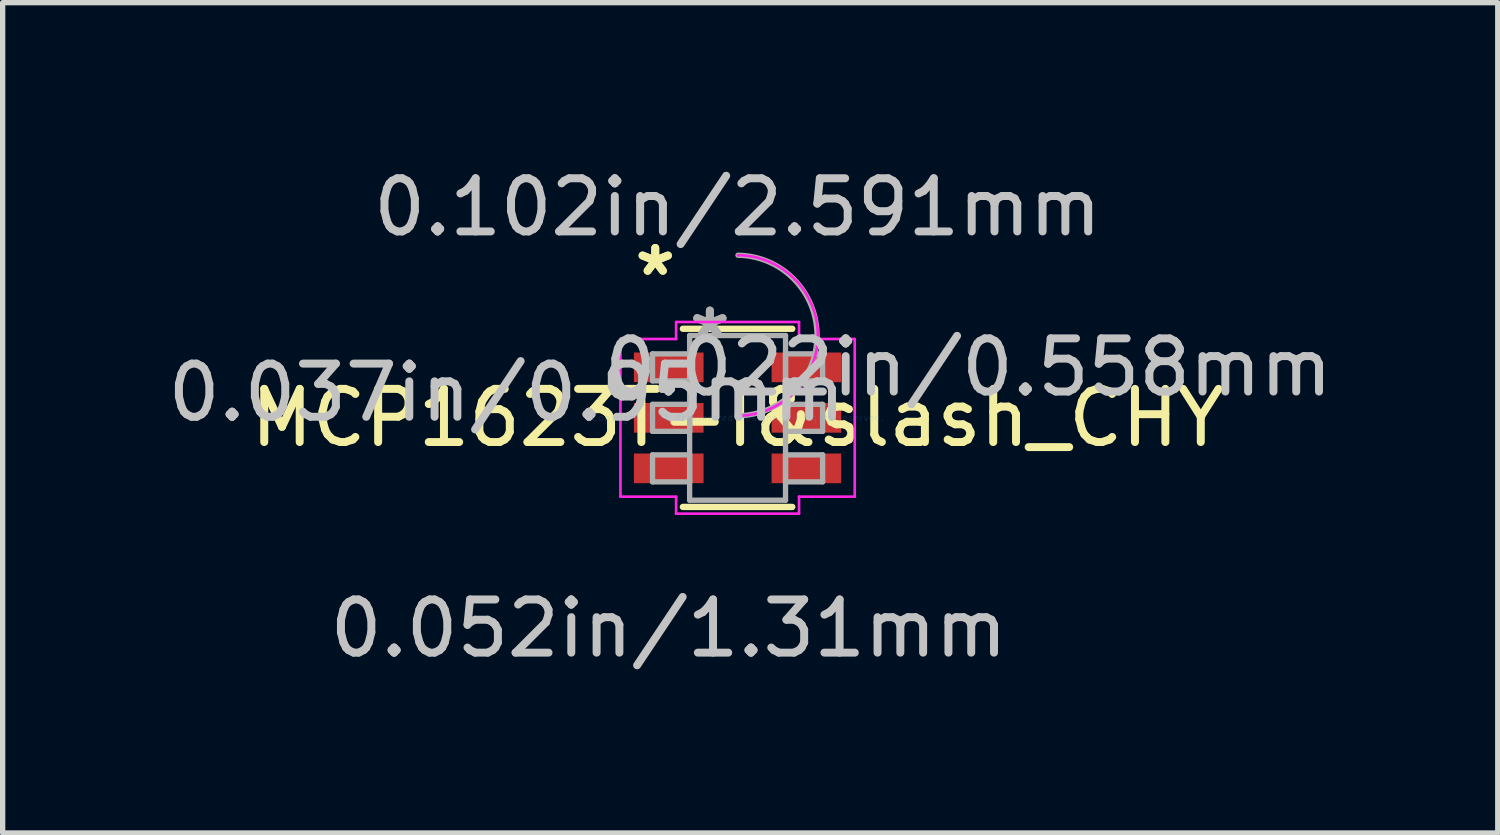
<source format=kicad_pcb>
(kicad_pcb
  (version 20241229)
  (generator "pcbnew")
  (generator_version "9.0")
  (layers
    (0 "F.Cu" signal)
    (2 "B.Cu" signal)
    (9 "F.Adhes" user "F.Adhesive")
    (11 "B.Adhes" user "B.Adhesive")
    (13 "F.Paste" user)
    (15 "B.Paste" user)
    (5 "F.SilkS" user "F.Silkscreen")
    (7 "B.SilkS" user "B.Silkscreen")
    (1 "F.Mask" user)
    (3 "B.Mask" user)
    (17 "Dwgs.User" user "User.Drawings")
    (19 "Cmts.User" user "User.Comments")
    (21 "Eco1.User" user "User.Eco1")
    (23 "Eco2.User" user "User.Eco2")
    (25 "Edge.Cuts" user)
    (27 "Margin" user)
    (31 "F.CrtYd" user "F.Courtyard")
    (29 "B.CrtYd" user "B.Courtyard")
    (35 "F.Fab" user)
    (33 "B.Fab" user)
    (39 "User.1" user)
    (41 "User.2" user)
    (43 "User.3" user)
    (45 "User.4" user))
  (footprint "MCP1623T-I&slash_CHY"
    (layer "F.Cu")
    (at 10.826 4.811)
    (property "Reference" "MCP1623T-I&slash_CHY" (at 0 0 0) (layer "F.SilkS") (effects (font (size 1 1) (thickness 0.15))))
    (attr through_hole)
    (fp_line (start -1.029 1.676) (end 1.029 1.676) (stroke (width 0.12) (type solid)) (layer "F.SilkS"))
    (fp_line (start 1.029 -1.676) (end -1.029 -1.676) (stroke (width 0.12) (type solid)) (layer "F.SilkS"))
    (fp_line (start -2.204 -1.483) (end -1.156 -1.483) (stroke (width 0.05) (type solid)) (layer "F.CrtYd"))
    (fp_line (start -2.204 1.483) (end -2.204 -1.483) (stroke (width 0.05) (type solid)) (layer "F.CrtYd"))
    (fp_line (start -1.156 -1.803) (end 1.156 -1.803) (stroke (width 0.05) (type solid)) (layer "F.CrtYd"))
    (fp_line (start -1.156 -1.483) (end -1.156 -1.803) (stroke (width 0.05) (type solid)) (layer "F.CrtYd"))
    (fp_line (start -1.156 1.483) (end -2.204 1.483) (stroke (width 0.05) (type solid)) (layer "F.CrtYd"))
    (fp_line (start -1.156 1.803) (end -1.156 1.483) (stroke (width 0.05) (type solid)) (layer "F.CrtYd"))
    (fp_line (start 1.156 -1.803) (end 1.156 -1.483) (stroke (width 0.05) (type solid)) (layer "F.CrtYd"))
    (fp_line (start 1.156 -1.483) (end 2.204 -1.483) (stroke (width 0.05) (type solid)) (layer "F.CrtYd"))
    (fp_line (start 1.156 1.483) (end 1.156 1.803) (stroke (width 0.05) (type solid)) (layer "F.CrtYd"))
    (fp_line (start 1.156 1.803) (end -1.156 1.803) (stroke (width 0.05) (type solid)) (layer "F.CrtYd"))
    (fp_line (start 2.204 -1.483) (end 2.204 1.483) (stroke (width 0.05) (type solid)) (layer "F.CrtYd"))
    (fp_line (start 2.204 1.483) (end 1.156 1.483) (stroke (width 0.05) (type solid)) (layer "F.CrtYd"))
    (fp_arc (start 0.003817 -3.059445) (mid 1.510045 -1.545583) (end -0.003817 -0.039355) (stroke (width 0.05) (type solid)) (layer "F.CrtYd"))
    (fp_line (start -1.6 -1.204) (end -1.6 -0.696) (stroke (width 0.1) (type solid)) (layer "F.Fab"))
    (fp_line (start -1.6 -0.696) (end -0.902 -0.696) (stroke (width 0.1) (type solid)) (layer "F.Fab"))
    (fp_line (start -1.6 -0.254) (end -1.6 0.254) (stroke (width 0.1) (type solid)) (layer "F.Fab"))
    (fp_line (start -1.6 0.254) (end -0.902 0.254) (stroke (width 0.1) (type solid)) (layer "F.Fab"))
    (fp_line (start -1.6 0.696) (end -1.6 1.204) (stroke (width 0.1) (type solid)) (layer "F.Fab"))
    (fp_line (start -1.6 1.204) (end -0.902 1.204) (stroke (width 0.1) (type solid)) (layer "F.Fab"))
    (fp_line (start -0.902 -1.549) (end -0.902 1.549) (stroke (width 0.1) (type solid)) (layer "F.Fab"))
    (fp_line (start -0.902 -1.204) (end -1.6 -1.204) (stroke (width 0.1) (type solid)) (layer "F.Fab"))
    (fp_line (start -0.902 -0.696) (end -0.902 -1.204) (stroke (width 0.1) (type solid)) (layer "F.Fab"))
    (fp_line (start -0.902 -0.254) (end -1.6 -0.254) (stroke (width 0.1) (type solid)) (layer "F.Fab"))
    (fp_line (start -0.902 0.254) (end -0.902 -0.254) (stroke (width 0.1) (type solid)) (layer "F.Fab"))
    (fp_line (start -0.902 0.696) (end -1.6 0.696) (stroke (width 0.1) (type solid)) (layer "F.Fab"))
    (fp_line (start -0.902 1.204) (end -0.902 0.696) (stroke (width 0.1) (type solid)) (layer "F.Fab"))
    (fp_line (start -0.902 1.549) (end 0.902 1.549) (stroke (width 0.1) (type solid)) (layer "F.Fab"))
    (fp_line (start 0.902 -1.549) (end -0.902 -1.549) (stroke (width 0.1) (type solid)) (layer "F.Fab"))
    (fp_line (start 0.902 -1.204) (end 0.902 -0.696) (stroke (width 0.1) (type solid)) (layer "F.Fab"))
    (fp_line (start 0.902 -0.696) (end 1.6 -0.696) (stroke (width 0.1) (type solid)) (layer "F.Fab"))
    (fp_line (start 0.902 -0.254) (end 0.902 0.254) (stroke (width 0.1) (type solid)) (layer "F.Fab"))
    (fp_line (start 0.902 0.254) (end 1.6 0.254) (stroke (width 0.1) (type solid)) (layer "F.Fab"))
    (fp_line (start 0.902 0.696) (end 0.902 1.204) (stroke (width 0.1) (type solid)) (layer "F.Fab"))
    (fp_line (start 0.902 1.204) (end 1.6 1.204) (stroke (width 0.1) (type solid)) (layer "F.Fab"))
    (fp_line (start 0.902 1.549) (end 0.902 -1.549) (stroke (width 0.1) (type solid)) (layer "F.Fab"))
    (fp_line (start 1.6 -1.204) (end 0.902 -1.204) (stroke (width 0.1) (type solid)) (layer "F.Fab"))
    (fp_line (start 1.6 -0.696) (end 1.6 -1.204) (stroke (width 0.1) (type solid)) (layer "F.Fab"))
    (fp_line (start 1.6 -0.254) (end 0.902 -0.254) (stroke (width 0.1) (type solid)) (layer "F.Fab"))
    (fp_line (start 1.6 0.254) (end 1.6 -0.254) (stroke (width 0.1) (type solid)) (layer "F.Fab"))
    (fp_line (start 1.6 0.696) (end 0.902 0.696) (stroke (width 0.1) (type solid)) (layer "F.Fab"))
    (fp_line (start 1.6 1.204) (end 1.6 0.696) (stroke (width 0.1) (type solid)) (layer "F.Fab"))
    (fp_arc (start 0.007742 -3.059445) (mid 1.510045 -1.541658) (end -0.007742 -0.039355) (stroke (width 0.1) (type solid)) (layer "F.Fab"))
    (fp_text user "*" (at -1.549 -2.651 0) (layer "F.SilkS") (effects (font (size 1 1) (thickness 0.15))))
    (fp_text user "*" (at -1.549 -2.651 0) (layer "F.SilkS") (effects (font (size 1 1) (thickness 0.15))))
    (fp_text user "0.052in/1.31mm" (at -1.295 3.962 0) (layer "Dwgs.User") (effects (font (size 1 1) (thickness 0.15))))
    (fp_text user "0.022in/0.558mm" (at 4.343 -0.95 0) (layer "Dwgs.User") (effects (font (size 1 1) (thickness 0.15))))
    (fp_text user "0.037in/0.95mm" (at -4.343 -0.475 0) (layer "Dwgs.User") (effects (font (size 1 1) (thickness 0.15))))
    (fp_text user "0.102in/2.591mm" (at 0 -3.962 0) (layer "Dwgs.User") (effects (font (size 1 1) (thickness 0.15))))
    (fp_text user "Copyright 2021 Accelerated Designs. All rights reserved." (at 0 0 0) (layer "Cmts.User") (effects (font (size 0.127 0.127) (thickness 0.002))))
    (fp_text user "*" (at -0.521 -1.473 0) (layer "F.Fab") (effects (font (size 1 1) (thickness 0.15))))
    (fp_text user "*" (at -0.521 -1.473 0) (layer "F.Fab") (effects (font (size 1 1) (thickness 0.15))))
    (pad "1" smd rect (at -1.295 -0.95) (size 1.31 0.558) (layers "F.Cu" "F.Mask" "F.Paste"))
    (pad "2" smd rect (at -1.295 0) (size 1.31 0.558) (layers "F.Cu" "F.Mask" "F.Paste"))
    (pad "3" smd rect (at -1.295 0.95) (size 1.31 0.558) (layers "F.Cu" "F.Mask" "F.Paste"))
    (pad "4" smd rect (at 1.295 0.95) (size 1.31 0.558) (layers "F.Cu" "F.Mask" "F.Paste"))
    (pad "5" smd rect (at 1.295 0) (size 1.31 0.558) (layers "F.Cu" "F.Mask" "F.Paste"))
    (pad "6" smd rect (at 1.295 -0.95) (size 1.31 0.558) (layers "F.Cu" "F.Mask" "F.Paste")))
  (gr_rect
    (start -3 -3)
    (end 25.127 12.621)
    (stroke (width 0.1) (type default))
    (fill no)
    (layer "Edge.Cuts")))
</source>
